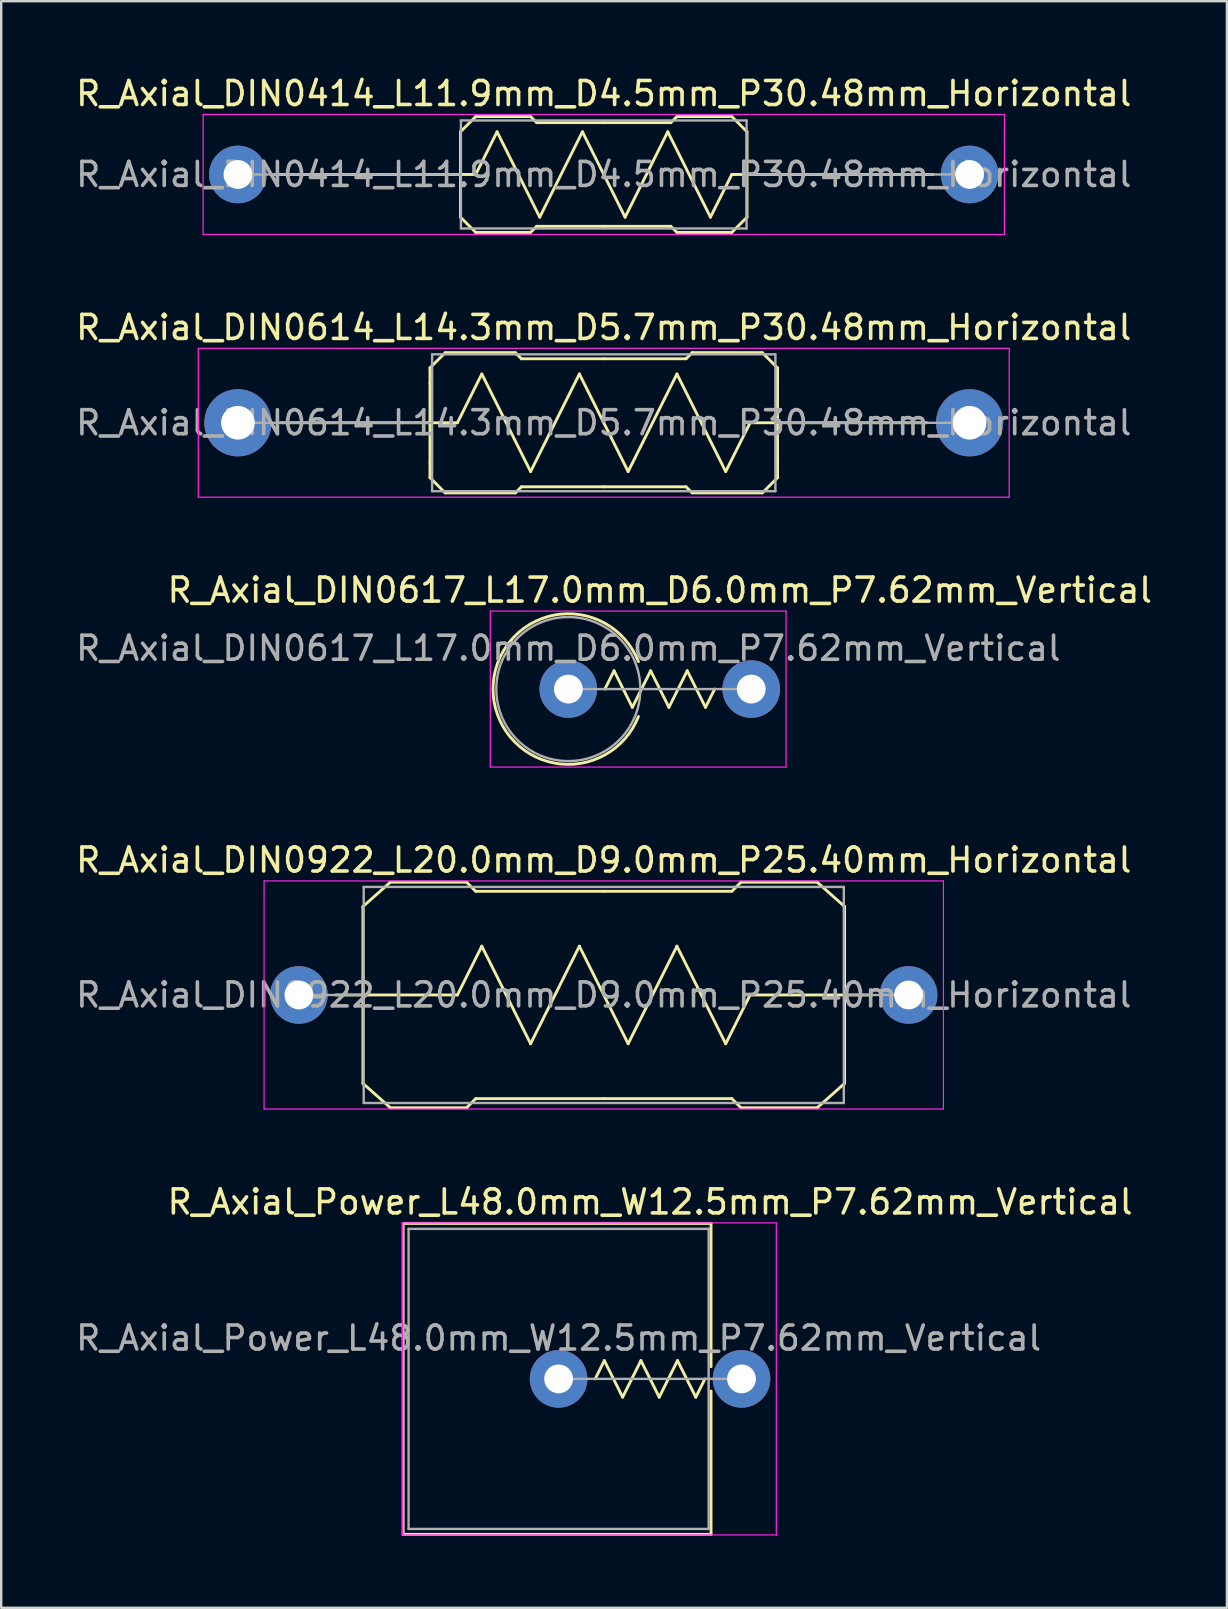
<source format=kicad_pcb>
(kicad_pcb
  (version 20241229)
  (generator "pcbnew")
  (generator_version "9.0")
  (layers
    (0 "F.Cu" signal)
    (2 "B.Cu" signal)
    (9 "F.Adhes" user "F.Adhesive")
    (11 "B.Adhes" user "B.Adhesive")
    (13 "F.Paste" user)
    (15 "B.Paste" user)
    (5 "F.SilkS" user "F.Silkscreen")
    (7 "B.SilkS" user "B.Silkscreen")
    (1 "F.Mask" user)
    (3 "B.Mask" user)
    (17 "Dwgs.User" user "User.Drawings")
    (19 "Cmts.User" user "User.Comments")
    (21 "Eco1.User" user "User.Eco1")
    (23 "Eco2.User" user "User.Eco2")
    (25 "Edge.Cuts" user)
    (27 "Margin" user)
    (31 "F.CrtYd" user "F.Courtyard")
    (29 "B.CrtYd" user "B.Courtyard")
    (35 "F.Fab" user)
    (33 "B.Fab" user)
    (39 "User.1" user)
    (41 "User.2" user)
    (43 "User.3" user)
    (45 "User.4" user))
  (footprint "R_Axial_DIN0617_L17.0mm_D6.0mm_P7.62mm_Vertical"
    (layer "F.Cu")
    (at 20.625 25.655)
    (property "Reference" "R_Axial_DIN0617_L17.0mm_D6.0mm_P7.62mm_Vertical" (at 3.81 -4.12 0) (layer "F.SilkS") (effects (font (size 1 1) (thickness 0.15))))
    (attr through_hole)
    (fp_line (start 1.524 0) (end 1.905 -0.762) (stroke (width 0.12) (type solid)) (layer "F.SilkS"))
    (fp_line (start 1.905 -0.762) (end 2.667 0.762) (stroke (width 0.12) (type solid)) (layer "F.SilkS"))
    (fp_line (start 2.667 0.762) (end 3.429 -0.762) (stroke (width 0.12) (type solid)) (layer "F.SilkS"))
    (fp_line (start 3.429 -0.762) (end 4.191 0.762) (stroke (width 0.12) (type solid)) (layer "F.SilkS"))
    (fp_line (start 4.191 0.762) (end 4.953 -0.762) (stroke (width 0.12) (type solid)) (layer "F.SilkS"))
    (fp_line (start 4.953 -0.762) (end 5.715 0.762) (stroke (width 0.12) (type solid)) (layer "F.SilkS"))
    (fp_line (start 5.715 0.762) (end 6.096 0) (stroke (width 0.12) (type solid)) (layer "F.SilkS"))
    (fp_arc (start 2.920999 1.143) (mid -3.136668 0) (end 2.920999 -1.143) (stroke (width 0.12) (type solid)) (layer "F.SilkS"))
    (fp_line (start -3.25 -3.25) (end -3.25 3.25) (stroke (width 0.05) (type solid)) (layer "F.CrtYd"))
    (fp_line (start -3.25 3.25) (end 9.07 3.25) (stroke (width 0.05) (type solid)) (layer "F.CrtYd"))
    (fp_line (start 9.07 -3.25) (end -3.25 -3.25) (stroke (width 0.05) (type solid)) (layer "F.CrtYd"))
    (fp_line (start 9.07 3.25) (end 9.07 -3.25) (stroke (width 0.05) (type solid)) (layer "F.CrtYd"))
    (fp_line (start 0 0) (end 7.62 0) (stroke (width 0.1) (type solid)) (layer "F.Fab"))
    (fp_circle (center 0 0) (end 3 0) (stroke (width 0.1) (type solid)) (fill no) (layer "F.Fab"))
    (fp_text user "${REFERENCE}" (at 0 -1.7 0) (layer "F.Fab") (effects (font (size 1 1) (thickness 0.15))))
    (pad "1" thru_hole circle (at 0 0) (size 2.4 2.4) (drill 1.2) (layers "*.Cu" "*.Mask"))
    (pad "2" thru_hole oval (at 7.62 0) (size 2.4 2.4) (drill 1.2) (layers "*.Cu" "*.Mask")))
  (footprint "R_Axial_Power_L48.0mm_W12.5mm_P7.62mm_Vertical"
    (layer "F.Cu")
    (at 20.22 54.391)
    (property "Reference" "R_Axial_Power_L48.0mm_W12.5mm_P7.62mm_Vertical" (at 3.81 -7.37 0) (layer "F.SilkS") (effects (font (size 1 1) (thickness 0.15))))
    (attr through_hole)
    (fp_line (start -6.477 -6.477) (end -6.477 6.477) (stroke (width 0.12) (type solid)) (layer "F.SilkS"))
    (fp_line (start -6.477 6.477) (end 6.35 6.477) (stroke (width 0.12) (type solid)) (layer "F.SilkS"))
    (fp_line (start 1.524 0) (end 1.905 -0.762) (stroke (width 0.12) (type solid)) (layer "F.SilkS"))
    (fp_line (start 1.905 -0.762) (end 2.667 0.762) (stroke (width 0.12) (type solid)) (layer "F.SilkS"))
    (fp_line (start 2.667 0.762) (end 3.429 -0.762) (stroke (width 0.12) (type solid)) (layer "F.SilkS"))
    (fp_line (start 3.429 -0.762) (end 4.191 0.762) (stroke (width 0.12) (type solid)) (layer "F.SilkS"))
    (fp_line (start 4.191 0.762) (end 4.953 -0.762) (stroke (width 0.12) (type solid)) (layer "F.SilkS"))
    (fp_line (start 4.953 -0.762) (end 5.715 0.762) (stroke (width 0.12) (type solid)) (layer "F.SilkS"))
    (fp_line (start 5.715 0.762) (end 6.096 0) (stroke (width 0.12) (type solid)) (layer "F.SilkS"))
    (fp_line (start 6.35 -6.477) (end -6.477 -6.477) (stroke (width 0.12) (type solid)) (layer "F.SilkS"))
    (fp_line (start 6.35 -0.508) (end 6.35 -6.477) (stroke (width 0.12) (type solid)) (layer "F.SilkS"))
    (fp_line (start 6.35 6.477) (end 6.35 0.508) (stroke (width 0.12) (type solid)) (layer "F.SilkS"))
    (fp_line (start -6.5 -6.5) (end -6.5 6.5) (stroke (width 0.05) (type solid)) (layer "F.CrtYd"))
    (fp_line (start -6.5 6.5) (end 9.07 6.5) (stroke (width 0.05) (type solid)) (layer "F.CrtYd"))
    (fp_line (start 9.07 -6.5) (end -6.5 -6.5) (stroke (width 0.05) (type solid)) (layer "F.CrtYd"))
    (fp_line (start 9.07 6.5) (end 9.07 -6.5) (stroke (width 0.05) (type solid)) (layer "F.CrtYd"))
    (fp_line (start -6.25 -6.25) (end -6.25 6.25) (stroke (width 0.1) (type solid)) (layer "F.Fab"))
    (fp_line (start -6.25 6.25) (end 6.25 6.25) (stroke (width 0.1) (type solid)) (layer "F.Fab"))
    (fp_line (start 0 0) (end 7.62 0) (stroke (width 0.1) (type solid)) (layer "F.Fab"))
    (fp_line (start 6.25 -6.25) (end -6.25 -6.25) (stroke (width 0.1) (type solid)) (layer "F.Fab"))
    (fp_line (start 6.25 6.25) (end 6.25 -6.25) (stroke (width 0.1) (type solid)) (layer "F.Fab"))
    (fp_text user "${REFERENCE}" (at 0 -1.7 0) (layer "F.Fab") (effects (font (size 1 1) (thickness 0.15))))
    (pad "1" thru_hole circle (at 0 0) (size 2.4 2.4) (drill 1.2) (layers "*.Cu" "*.Mask"))
    (pad "2" thru_hole oval (at 7.62 0) (size 2.4 2.4) (drill 1.2) (layers "*.Cu" "*.Mask")))
  (footprint "R_Axial_DIN0414_L11.9mm_D4.5mm_P30.48mm_Horizontal"
    (layer "F.Cu")
    (at 6.861 4.218)
    (property "Reference" "R_Axial_DIN0414_L11.9mm_D4.5mm_P30.48mm_Horizontal" (at 15.24 -3.37 0) (layer "F.SilkS") (effects (font (size 1 1) (thickness 0.15))))
    (attr through_hole)
    (fp_line (start 9.271 -1.778) (end 9.906 -2.413) (stroke (width 0.12) (type solid)) (layer "F.SilkS"))
    (fp_line (start 9.271 0) (end 1.524 0) (stroke (width 0.12) (type solid)) (layer "F.SilkS"))
    (fp_line (start 9.271 1.778) (end 9.271 -1.778) (stroke (width 0.12) (type solid)) (layer "F.SilkS"))
    (fp_line (start 9.271 1.778) (end 9.906 2.413) (stroke (width 0.12) (type solid)) (layer "F.SilkS"))
    (fp_line (start 9.906 -2.413) (end 12.192 -2.413) (stroke (width 0.12) (type solid)) (layer "F.SilkS"))
    (fp_line (start 9.906 0) (end 9.271 0) (stroke (width 0.12) (type solid)) (layer "F.SilkS"))
    (fp_line (start 9.906 0) (end 10.795 -1.778) (stroke (width 0.12) (type solid)) (layer "F.SilkS"))
    (fp_line (start 9.906 2.413) (end 12.192 2.413) (stroke (width 0.12) (type solid)) (layer "F.SilkS"))
    (fp_line (start 10.795 -1.778) (end 12.573 1.778) (stroke (width 0.12) (type solid)) (layer "F.SilkS"))
    (fp_line (start 12.192 -2.413) (end 12.446 -2.159) (stroke (width 0.12) (type solid)) (layer "F.SilkS"))
    (fp_line (start 12.192 2.413) (end 12.446 2.159) (stroke (width 0.12) (type solid)) (layer "F.SilkS"))
    (fp_line (start 12.446 -2.159) (end 15.24 -2.159) (stroke (width 0.12) (type solid)) (layer "F.SilkS"))
    (fp_line (start 12.446 2.159) (end 15.24 2.159) (stroke (width 0.12) (type solid)) (layer "F.SilkS"))
    (fp_line (start 12.573 1.778) (end 14.351 -1.778) (stroke (width 0.12) (type solid)) (layer "F.SilkS"))
    (fp_line (start 14.351 -1.778) (end 16.129 1.778) (stroke (width 0.12) (type solid)) (layer "F.SilkS"))
    (fp_line (start 16.129 1.778) (end 17.907 -1.778) (stroke (width 0.12) (type solid)) (layer "F.SilkS"))
    (fp_line (start 17.907 -1.778) (end 19.685 1.778) (stroke (width 0.12) (type solid)) (layer "F.SilkS"))
    (fp_line (start 18.034 -2.159) (end 15.24 -2.159) (stroke (width 0.12) (type solid)) (layer "F.SilkS"))
    (fp_line (start 18.034 2.159) (end 15.24 2.159) (stroke (width 0.12) (type solid)) (layer "F.SilkS"))
    (fp_line (start 18.288 -2.413) (end 18.034 -2.159) (stroke (width 0.12) (type solid)) (layer "F.SilkS"))
    (fp_line (start 18.288 2.413) (end 18.034 2.159) (stroke (width 0.12) (type solid)) (layer "F.SilkS"))
    (fp_line (start 19.685 1.778) (end 20.574 0) (stroke (width 0.12) (type solid)) (layer "F.SilkS"))
    (fp_line (start 20.574 -2.413) (end 18.288 -2.413) (stroke (width 0.12) (type solid)) (layer "F.SilkS"))
    (fp_line (start 20.574 0) (end 21.209 0) (stroke (width 0.12) (type solid)) (layer "F.SilkS"))
    (fp_line (start 20.574 2.413) (end 18.288 2.413) (stroke (width 0.12) (type solid)) (layer "F.SilkS"))
    (fp_line (start 21.209 -1.778) (end 20.574 -2.413) (stroke (width 0.12) (type solid)) (layer "F.SilkS"))
    (fp_line (start 21.209 0) (end 28.956 0) (stroke (width 0.12) (type solid)) (layer "F.SilkS"))
    (fp_line (start 21.209 1.778) (end 20.574 2.413) (stroke (width 0.12) (type solid)) (layer "F.SilkS"))
    (fp_line (start 21.209 1.778) (end 21.209 -1.778) (stroke (width 0.12) (type solid)) (layer "F.SilkS"))
    (fp_line (start -1.45 -2.5) (end -1.45 2.5) (stroke (width 0.05) (type solid)) (layer "F.CrtYd"))
    (fp_line (start -1.45 2.5) (end 31.93 2.5) (stroke (width 0.05) (type solid)) (layer "F.CrtYd"))
    (fp_line (start 31.93 -2.5) (end -1.45 -2.5) (stroke (width 0.05) (type solid)) (layer "F.CrtYd"))
    (fp_line (start 31.93 2.5) (end 31.93 -2.5) (stroke (width 0.05) (type solid)) (layer "F.CrtYd"))
    (fp_line (start 0 0) (end 9.29 0) (stroke (width 0.1) (type solid)) (layer "F.Fab"))
    (fp_line (start 9.29 -2.25) (end 9.29 2.25) (stroke (width 0.1) (type solid)) (layer "F.Fab"))
    (fp_line (start 9.29 2.25) (end 21.19 2.25) (stroke (width 0.1) (type solid)) (layer "F.Fab"))
    (fp_line (start 21.19 -2.25) (end 9.29 -2.25) (stroke (width 0.1) (type solid)) (layer "F.Fab"))
    (fp_line (start 21.19 2.25) (end 21.19 -2.25) (stroke (width 0.1) (type solid)) (layer "F.Fab"))
    (fp_line (start 30.48 0) (end 21.19 0) (stroke (width 0.1) (type solid)) (layer "F.Fab"))
    (fp_text user "${REFERENCE}" (at 15.24 0 0) (layer "F.Fab") (effects (font (size 1 1) (thickness 0.15))))
    (pad "1" thru_hole circle (at 0 0) (size 2.4 2.4) (drill 1.2) (layers "*.Cu" "*.Mask"))
    (pad "2" thru_hole oval (at 30.48 0) (size 2.4 2.4) (drill 1.2) (layers "*.Cu" "*.Mask")))
  (footprint "R_Axial_DIN0614_L14.3mm_D5.7mm_P30.48mm_Horizontal"
    (layer "F.Cu")
    (at 6.861 14.562)
    (property "Reference" "R_Axial_DIN0614_L14.3mm_D5.7mm_P30.48mm_Horizontal" (at 15.24 -3.97 0) (layer "F.SilkS") (effects (font (size 1 1) (thickness 0.15))))
    (attr through_hole)
    (fp_line (start 6.858 0) (end 1.778 0) (stroke (width 0.12) (type solid)) (layer "F.SilkS"))
    (fp_line (start 6.858 0) (end 8.001 0) (stroke (width 0.12) (type solid)) (layer "F.SilkS"))
    (fp_line (start 8.001 -2.286) (end 8.001 -1.651) (stroke (width 0.12) (type solid)) (layer "F.SilkS"))
    (fp_line (start 8.001 -2.286) (end 8.636 -2.921) (stroke (width 0.12) (type solid)) (layer "F.SilkS"))
    (fp_line (start 8.001 0) (end 9.144 0) (stroke (width 0.12) (type solid)) (layer "F.SilkS"))
    (fp_line (start 8.001 1.651) (end 8.001 -1.651) (stroke (width 0.12) (type solid)) (layer "F.SilkS"))
    (fp_line (start 8.001 2.286) (end 8.001 1.651) (stroke (width 0.12) (type solid)) (layer "F.SilkS"))
    (fp_line (start 8.001 2.286) (end 8.636 2.921) (stroke (width 0.12) (type solid)) (layer "F.SilkS"))
    (fp_line (start 8.636 -2.921) (end 11.557 -2.921) (stroke (width 0.12) (type solid)) (layer "F.SilkS"))
    (fp_line (start 8.636 2.921) (end 11.557 2.921) (stroke (width 0.12) (type solid)) (layer "F.SilkS"))
    (fp_line (start 9.144 0) (end 10.16 -2.032) (stroke (width 0.12) (type solid)) (layer "F.SilkS"))
    (fp_line (start 10.16 -2.032) (end 12.192 2.032) (stroke (width 0.12) (type solid)) (layer "F.SilkS"))
    (fp_line (start 11.557 -2.921) (end 11.811 -2.667) (stroke (width 0.12) (type solid)) (layer "F.SilkS"))
    (fp_line (start 11.557 2.921) (end 11.811 2.667) (stroke (width 0.12) (type solid)) (layer "F.SilkS"))
    (fp_line (start 11.811 -2.667) (end 15.24 -2.667) (stroke (width 0.12) (type solid)) (layer "F.SilkS"))
    (fp_line (start 11.811 2.667) (end 15.24 2.667) (stroke (width 0.12) (type solid)) (layer "F.SilkS"))
    (fp_line (start 12.192 2.032) (end 14.224 -2.032) (stroke (width 0.12) (type solid)) (layer "F.SilkS"))
    (fp_line (start 14.224 -2.032) (end 16.256 2.032) (stroke (width 0.12) (type solid)) (layer "F.SilkS"))
    (fp_line (start 16.256 2.032) (end 18.288 -2.032) (stroke (width 0.12) (type solid)) (layer "F.SilkS"))
    (fp_line (start 18.288 -2.032) (end 20.32 2.032) (stroke (width 0.12) (type solid)) (layer "F.SilkS"))
    (fp_line (start 18.669 -2.667) (end 15.24 -2.667) (stroke (width 0.12) (type solid)) (layer "F.SilkS"))
    (fp_line (start 18.669 2.667) (end 15.24 2.667) (stroke (width 0.12) (type solid)) (layer "F.SilkS"))
    (fp_line (start 18.923 -2.921) (end 18.669 -2.667) (stroke (width 0.12) (type solid)) (layer "F.SilkS"))
    (fp_line (start 18.923 2.921) (end 18.669 2.667) (stroke (width 0.12) (type solid)) (layer "F.SilkS"))
    (fp_line (start 20.32 2.032) (end 21.336 0) (stroke (width 0.12) (type solid)) (layer "F.SilkS"))
    (fp_line (start 21.844 -2.921) (end 18.923 -2.921) (stroke (width 0.12) (type solid)) (layer "F.SilkS"))
    (fp_line (start 21.844 2.921) (end 18.923 2.921) (stroke (width 0.12) (type solid)) (layer "F.SilkS"))
    (fp_line (start 22.479 -2.286) (end 21.844 -2.921) (stroke (width 0.12) (type solid)) (layer "F.SilkS"))
    (fp_line (start 22.479 -2.286) (end 22.479 -1.651) (stroke (width 0.12) (type solid)) (layer "F.SilkS"))
    (fp_line (start 22.479 0) (end 21.336 0) (stroke (width 0.12) (type solid)) (layer "F.SilkS"))
    (fp_line (start 22.479 0) (end 28.702 0) (stroke (width 0.12) (type solid)) (layer "F.SilkS"))
    (fp_line (start 22.479 1.651) (end 22.479 -1.651) (stroke (width 0.12) (type solid)) (layer "F.SilkS"))
    (fp_line (start 22.479 2.286) (end 21.844 2.921) (stroke (width 0.12) (type solid)) (layer "F.SilkS"))
    (fp_line (start 22.479 2.286) (end 22.479 1.651) (stroke (width 0.12) (type solid)) (layer "F.SilkS"))
    (fp_line (start -1.65 -3.1) (end -1.65 3.1) (stroke (width 0.05) (type solid)) (layer "F.CrtYd"))
    (fp_line (start -1.65 3.1) (end 32.13 3.1) (stroke (width 0.05) (type solid)) (layer "F.CrtYd"))
    (fp_line (start 32.13 -3.1) (end -1.65 -3.1) (stroke (width 0.05) (type solid)) (layer "F.CrtYd"))
    (fp_line (start 32.13 3.1) (end 32.13 -3.1) (stroke (width 0.05) (type solid)) (layer "F.CrtYd"))
    (fp_line (start 0 0) (end 8.09 0) (stroke (width 0.1) (type solid)) (layer "F.Fab"))
    (fp_line (start 8.09 -2.85) (end 8.09 2.85) (stroke (width 0.1) (type solid)) (layer "F.Fab"))
    (fp_line (start 8.09 2.85) (end 22.39 2.85) (stroke (width 0.1) (type solid)) (layer "F.Fab"))
    (fp_line (start 22.39 -2.85) (end 8.09 -2.85) (stroke (width 0.1) (type solid)) (layer "F.Fab"))
    (fp_line (start 22.39 2.85) (end 22.39 -2.85) (stroke (width 0.1) (type solid)) (layer "F.Fab"))
    (fp_line (start 30.48 0) (end 22.39 0) (stroke (width 0.1) (type solid)) (layer "F.Fab"))
    (fp_text user "${REFERENCE}" (at 15.24 0 0) (layer "F.Fab") (effects (font (size 1 1) (thickness 0.15))))
    (pad "1" thru_hole circle (at 0 0) (size 2.8 2.8) (drill 1.4) (layers "*.Cu" "*.Mask"))
    (pad "2" thru_hole oval (at 30.48 0) (size 2.8 2.8) (drill 1.4) (layers "*.Cu" "*.Mask")))
  (footprint "R_Axial_DIN0922_L20.0mm_D9.0mm_P25.40mm_Horizontal"
    (layer "F.Cu")
    (at 9.401 38.398)
    (property "Reference" "R_Axial_DIN0922_L20.0mm_D9.0mm_P25.40mm_Horizontal" (at 12.7 -5.62 0) (layer "F.SilkS") (effects (font (size 1 1) (thickness 0.15))))
    (attr through_hole)
    (fp_line (start 2.667 -3.683) (end 2.667 3.683) (stroke (width 0.12) (type solid)) (layer "F.SilkS"))
    (fp_line (start 2.667 -3.683) (end 3.81 -4.699) (stroke (width 0.12) (type solid)) (layer "F.SilkS"))
    (fp_line (start 2.667 0) (end 1.524 0) (stroke (width 0.12) (type solid)) (layer "F.SilkS"))
    (fp_line (start 2.667 0) (end 6.604 0) (stroke (width 0.12) (type solid)) (layer "F.SilkS"))
    (fp_line (start 2.667 3.683) (end 3.81 4.699) (stroke (width 0.12) (type solid)) (layer "F.SilkS"))
    (fp_line (start 3.81 -4.699) (end 6.985 -4.699) (stroke (width 0.12) (type solid)) (layer "F.SilkS"))
    (fp_line (start 3.81 4.699) (end 6.985 4.699) (stroke (width 0.12) (type solid)) (layer "F.SilkS"))
    (fp_line (start 6.604 0) (end 7.62 -2.032) (stroke (width 0.12) (type solid)) (layer "F.SilkS"))
    (fp_line (start 6.985 -4.699) (end 7.366 -4.318) (stroke (width 0.12) (type solid)) (layer "F.SilkS"))
    (fp_line (start 6.985 4.699) (end 7.366 4.318) (stroke (width 0.12) (type solid)) (layer "F.SilkS"))
    (fp_line (start 7.366 -4.318) (end 12.7 -4.318) (stroke (width 0.12) (type solid)) (layer "F.SilkS"))
    (fp_line (start 7.366 4.318) (end 12.7 4.318) (stroke (width 0.12) (type solid)) (layer "F.SilkS"))
    (fp_line (start 7.62 -2.032) (end 9.652 2.032) (stroke (width 0.12) (type solid)) (layer "F.SilkS"))
    (fp_line (start 9.652 2.032) (end 11.684 -2.032) (stroke (width 0.12) (type solid)) (layer "F.SilkS"))
    (fp_line (start 11.684 -2.032) (end 13.716 2.032) (stroke (width 0.12) (type solid)) (layer "F.SilkS"))
    (fp_line (start 13.716 2.032) (end 15.748 -2.032) (stroke (width 0.12) (type solid)) (layer "F.SilkS"))
    (fp_line (start 15.748 -2.032) (end 17.78 2.032) (stroke (width 0.12) (type solid)) (layer "F.SilkS"))
    (fp_line (start 17.78 2.032) (end 18.796 0) (stroke (width 0.12) (type solid)) (layer "F.SilkS"))
    (fp_line (start 18.034 -4.318) (end 12.7 -4.318) (stroke (width 0.12) (type solid)) (layer "F.SilkS"))
    (fp_line (start 18.034 4.318) (end 12.7 4.318) (stroke (width 0.12) (type solid)) (layer "F.SilkS"))
    (fp_line (start 18.415 -4.699) (end 18.034 -4.318) (stroke (width 0.12) (type solid)) (layer "F.SilkS"))
    (fp_line (start 18.415 4.699) (end 18.034 4.318) (stroke (width 0.12) (type solid)) (layer "F.SilkS"))
    (fp_line (start 21.59 -4.699) (end 18.415 -4.699) (stroke (width 0.12) (type solid)) (layer "F.SilkS"))
    (fp_line (start 21.59 4.699) (end 18.415 4.699) (stroke (width 0.12) (type solid)) (layer "F.SilkS"))
    (fp_line (start 22.733 -3.683) (end 21.59 -4.699) (stroke (width 0.12) (type solid)) (layer "F.SilkS"))
    (fp_line (start 22.733 -3.683) (end 22.733 3.683) (stroke (width 0.12) (type solid)) (layer "F.SilkS"))
    (fp_line (start 22.733 0) (end 18.796 0) (stroke (width 0.12) (type solid)) (layer "F.SilkS"))
    (fp_line (start 22.733 0) (end 23.876 0) (stroke (width 0.12) (type solid)) (layer "F.SilkS"))
    (fp_line (start 22.733 3.683) (end 21.59 4.699) (stroke (width 0.12) (type solid)) (layer "F.SilkS"))
    (fp_line (start -1.45 -4.75) (end -1.45 4.75) (stroke (width 0.05) (type solid)) (layer "F.CrtYd"))
    (fp_line (start -1.45 4.75) (end 26.85 4.75) (stroke (width 0.05) (type solid)) (layer "F.CrtYd"))
    (fp_line (start 26.85 -4.75) (end -1.45 -4.75) (stroke (width 0.05) (type solid)) (layer "F.CrtYd"))
    (fp_line (start 26.85 4.75) (end 26.85 -4.75) (stroke (width 0.05) (type solid)) (layer "F.CrtYd"))
    (fp_line (start 0 0) (end 2.7 0) (stroke (width 0.1) (type solid)) (layer "F.Fab"))
    (fp_line (start 2.7 -4.5) (end 2.7 4.5) (stroke (width 0.1) (type solid)) (layer "F.Fab"))
    (fp_line (start 2.7 4.5) (end 22.7 4.5) (stroke (width 0.1) (type solid)) (layer "F.Fab"))
    (fp_line (start 22.7 -4.5) (end 2.7 -4.5) (stroke (width 0.1) (type solid)) (layer "F.Fab"))
    (fp_line (start 22.7 4.5) (end 22.7 -4.5) (stroke (width 0.1) (type solid)) (layer "F.Fab"))
    (fp_line (start 25.4 0) (end 22.7 0) (stroke (width 0.1) (type solid)) (layer "F.Fab"))
    (fp_text user "${REFERENCE}" (at 12.7 0 0) (layer "F.Fab") (effects (font (size 1 1) (thickness 0.15))))
    (pad "1" thru_hole circle (at 0 0) (size 2.4 2.4) (drill 1.2) (layers "*.Cu" "*.Mask"))
    (pad "2" thru_hole oval (at 25.4 0) (size 2.4 2.4) (drill 1.2) (layers "*.Cu" "*.Mask")))
  (gr_rect
    (start -3 -3)
    (end 48.06 63.928)
    (stroke (width 0.1) (type default))
    (fill no)
    (layer "Edge.Cuts")))
</source>
